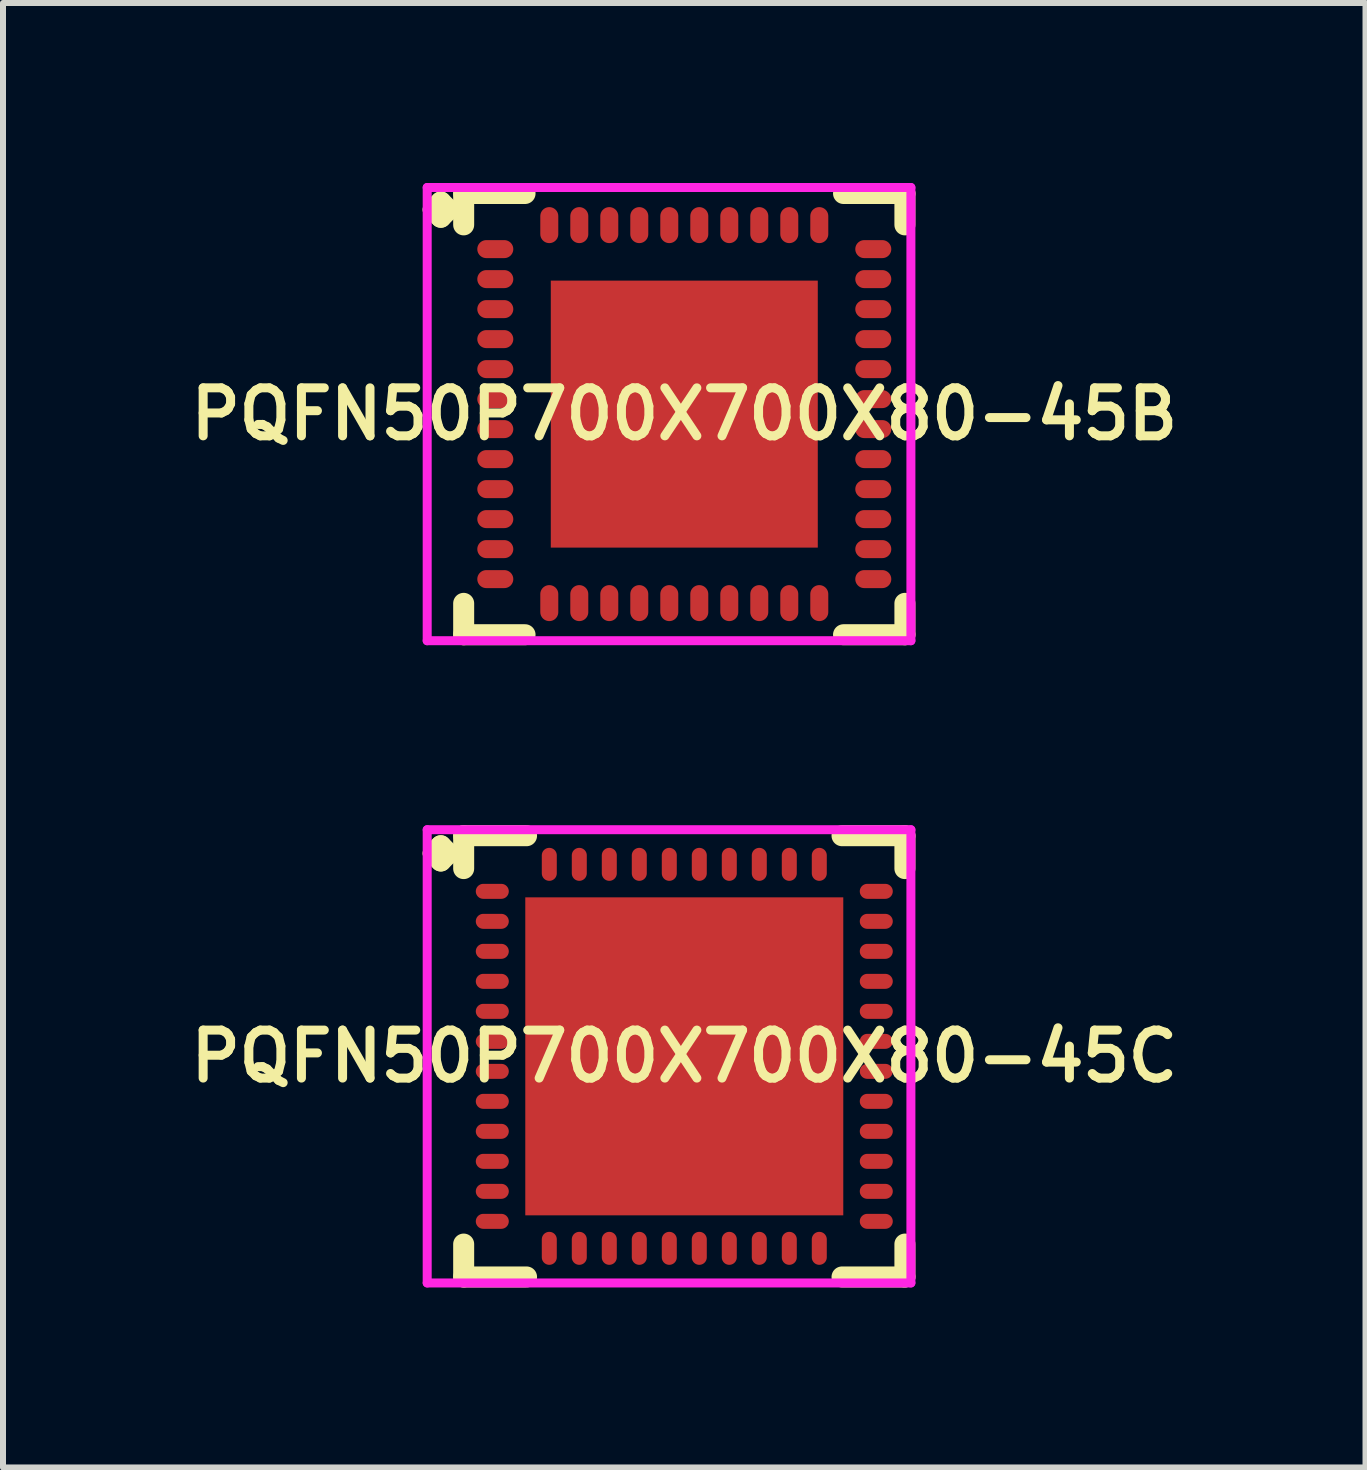
<source format=kicad_pcb>
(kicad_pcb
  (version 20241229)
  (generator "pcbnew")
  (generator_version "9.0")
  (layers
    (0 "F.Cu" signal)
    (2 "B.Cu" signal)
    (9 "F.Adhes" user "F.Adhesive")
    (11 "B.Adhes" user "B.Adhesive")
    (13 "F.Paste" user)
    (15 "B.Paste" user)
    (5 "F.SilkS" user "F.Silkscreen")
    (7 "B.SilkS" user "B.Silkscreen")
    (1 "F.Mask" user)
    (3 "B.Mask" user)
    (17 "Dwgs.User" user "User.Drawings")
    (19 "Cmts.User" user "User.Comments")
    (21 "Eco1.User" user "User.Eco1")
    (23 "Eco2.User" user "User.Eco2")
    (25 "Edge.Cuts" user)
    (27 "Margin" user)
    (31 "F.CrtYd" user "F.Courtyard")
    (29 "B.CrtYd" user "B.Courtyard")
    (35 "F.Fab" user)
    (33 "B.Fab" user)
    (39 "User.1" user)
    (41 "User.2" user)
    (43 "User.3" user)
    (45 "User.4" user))
  (footprint "PQFN50P700X700X80-45B"
    (layer "F.Cu")
    (at 8.355 3.852)
    (property "Reference" "PQFN50P700X700X80-45B" (at 0 0 0) (layer "F.SilkS") (effects (font (size 0.8 0.8) (thickness 0.15))))
    (attr smd)
    (fp_line (start -4.185 -3.408) (end -4.058 -3.535) (stroke (width 0.35) (type solid)) (layer "F.SilkS"))
    (fp_line (start -4.058 -3.535) (end -3.931 -3.408) (stroke (width 0.35) (type solid)) (layer "F.SilkS"))
    (fp_line (start -4.058 -3.281) (end -4.185 -3.408) (stroke (width 0.35) (type solid)) (layer "F.SilkS"))
    (fp_line (start -3.931 -3.408) (end -4.058 -3.281) (stroke (width 0.35) (type solid)) (layer "F.SilkS"))
    (fp_line (start -3.677 -3.677) (end -2.654 -3.677) (stroke (width 0.35) (type solid)) (layer "F.SilkS"))
    (fp_line (start -3.677 -3.154) (end -3.677 -3.677) (stroke (width 0.35) (type solid)) (layer "F.SilkS"))
    (fp_line (start -3.677 3.154) (end -3.677 3.677) (stroke (width 0.35) (type solid)) (layer "F.SilkS"))
    (fp_line (start -3.677 3.677) (end -2.654 3.677) (stroke (width 0.35) (type solid)) (layer "F.SilkS"))
    (fp_line (start 2.654 -3.677) (end 3.677 -3.677) (stroke (width 0.35) (type solid)) (layer "F.SilkS"))
    (fp_line (start 2.654 3.677) (end 3.677 3.677) (stroke (width 0.35) (type solid)) (layer "F.SilkS"))
    (fp_line (start 3.677 -3.677) (end 3.677 -3.154) (stroke (width 0.35) (type solid)) (layer "F.SilkS"))
    (fp_line (start 3.677 3.677) (end 3.677 3.154) (stroke (width 0.35) (type solid)) (layer "F.SilkS"))
    (fp_line (start -4.285 -3.777) (end 3.777 -3.777) (stroke (width 0.15) (type solid)) (layer "F.CrtYd"))
    (fp_line (start -4.285 3.777) (end -4.285 -3.777) (stroke (width 0.15) (type solid)) (layer "F.CrtYd"))
    (fp_line (start 3.777 -3.777) (end 3.777 3.777) (stroke (width 0.15) (type solid)) (layer "F.CrtYd"))
    (fp_line (start 3.777 3.777) (end -4.285 3.777) (stroke (width 0.15) (type solid)) (layer "F.CrtYd"))
    (pad "1" smd oval (at -3.15 -2.75) (size 0.6 0.3) (layers "F.Cu" "F.Mask" "F.Paste"))
    (pad "2" smd oval (at -3.15 -2.25) (size 0.6 0.3) (layers "F.Cu" "F.Mask" "F.Paste"))
    (pad "3" smd oval (at -3.15 -1.75) (size 0.6 0.3) (layers "F.Cu" "F.Mask" "F.Paste"))
    (pad "4" smd oval (at -3.15 -1.25) (size 0.6 0.3) (layers "F.Cu" "F.Mask" "F.Paste"))
    (pad "5" smd oval (at -3.15 -0.75) (size 0.6 0.3) (layers "F.Cu" "F.Mask" "F.Paste"))
    (pad "6" smd oval (at -3.15 -0.25) (size 0.6 0.3) (layers "F.Cu" "F.Mask" "F.Paste"))
    (pad "7" smd oval (at -3.15 0.25) (size 0.6 0.3) (layers "F.Cu" "F.Mask" "F.Paste"))
    (pad "8" smd oval (at -3.15 0.75) (size 0.6 0.3) (layers "F.Cu" "F.Mask" "F.Paste"))
    (pad "9" smd oval (at -3.15 1.25) (size 0.6 0.3) (layers "F.Cu" "F.Mask" "F.Paste"))
    (pad "10" smd oval (at -3.15 1.75) (size 0.6 0.3) (layers "F.Cu" "F.Mask" "F.Paste"))
    (pad "11" smd oval (at -3.15 2.25) (size 0.6 0.3) (layers "F.Cu" "F.Mask" "F.Paste"))
    (pad "12" smd oval (at -3.15 2.75) (size 0.6 0.3) (layers "F.Cu" "F.Mask" "F.Paste"))
    (pad "13" smd oval (at -2.25 3.15) (size 0.3 0.6) (layers "F.Cu" "F.Mask" "F.Paste"))
    (pad "14" smd oval (at -1.75 3.15) (size 0.3 0.6) (layers "F.Cu" "F.Mask" "F.Paste"))
    (pad "15" smd oval (at -1.25 3.15) (size 0.3 0.6) (layers "F.Cu" "F.Mask" "F.Paste"))
    (pad "16" smd oval (at -0.75 3.15) (size 0.3 0.6) (layers "F.Cu" "F.Mask" "F.Paste"))
    (pad "17" smd oval (at -0.25 3.15) (size 0.3 0.6) (layers "F.Cu" "F.Mask" "F.Paste"))
    (pad "18" smd oval (at 0.25 3.15) (size 0.3 0.6) (layers "F.Cu" "F.Mask" "F.Paste"))
    (pad "19" smd oval (at 0.75 3.15) (size 0.3 0.6) (layers "F.Cu" "F.Mask" "F.Paste"))
    (pad "20" smd oval (at 1.25 3.15) (size 0.3 0.6) (layers "F.Cu" "F.Mask" "F.Paste"))
    (pad "21" smd oval (at 1.75 3.15) (size 0.3 0.6) (layers "F.Cu" "F.Mask" "F.Paste"))
    (pad "22" smd oval (at 2.25 3.15) (size 0.3 0.6) (layers "F.Cu" "F.Mask" "F.Paste"))
    (pad "23" smd oval (at 3.15 2.75) (size 0.6 0.3) (layers "F.Cu" "F.Mask" "F.Paste"))
    (pad "24" smd oval (at 3.15 2.25) (size 0.6 0.3) (layers "F.Cu" "F.Mask" "F.Paste"))
    (pad "25" smd oval (at 3.15 1.75) (size 0.6 0.3) (layers "F.Cu" "F.Mask" "F.Paste"))
    (pad "26" smd oval (at 3.15 1.25) (size 0.6 0.3) (layers "F.Cu" "F.Mask" "F.Paste"))
    (pad "27" smd oval (at 3.15 0.75) (size 0.6 0.3) (layers "F.Cu" "F.Mask" "F.Paste"))
    (pad "28" smd oval (at 3.15 0.25) (size 0.6 0.3) (layers "F.Cu" "F.Mask" "F.Paste"))
    (pad "29" smd oval (at 3.15 -0.25) (size 0.6 0.3) (layers "F.Cu" "F.Mask" "F.Paste"))
    (pad "30" smd oval (at 3.15 -0.75) (size 0.6 0.3) (layers "F.Cu" "F.Mask" "F.Paste"))
    (pad "31" smd oval (at 3.15 -1.25) (size 0.6 0.3) (layers "F.Cu" "F.Mask" "F.Paste"))
    (pad "32" smd oval (at 3.15 -1.75) (size 0.6 0.3) (layers "F.Cu" "F.Mask" "F.Paste"))
    (pad "33" smd oval (at 3.15 -2.25) (size 0.6 0.3) (layers "F.Cu" "F.Mask" "F.Paste"))
    (pad "34" smd oval (at 3.15 -2.75) (size 0.6 0.3) (layers "F.Cu" "F.Mask" "F.Paste"))
    (pad "35" smd oval (at 2.25 -3.15) (size 0.3 0.6) (layers "F.Cu" "F.Mask" "F.Paste"))
    (pad "36" smd oval (at 1.75 -3.15) (size 0.3 0.6) (layers "F.Cu" "F.Mask" "F.Paste"))
    (pad "37" smd oval (at 1.25 -3.15) (size 0.3 0.6) (layers "F.Cu" "F.Mask" "F.Paste"))
    (pad "38" smd oval (at 0.75 -3.15) (size 0.3 0.6) (layers "F.Cu" "F.Mask" "F.Paste"))
    (pad "39" smd oval (at 0.25 -3.15) (size 0.3 0.6) (layers "F.Cu" "F.Mask" "F.Paste"))
    (pad "40" smd oval (at -0.25 -3.15) (size 0.3 0.6) (layers "F.Cu" "F.Mask" "F.Paste"))
    (pad "41" smd oval (at -0.75 -3.15) (size 0.3 0.6) (layers "F.Cu" "F.Mask" "F.Paste"))
    (pad "42" smd oval (at -1.25 -3.15) (size 0.3 0.6) (layers "F.Cu" "F.Mask" "F.Paste"))
    (pad "43" smd oval (at -1.75 -3.15) (size 0.3 0.6) (layers "F.Cu" "F.Mask" "F.Paste"))
    (pad "44" smd oval (at -2.25 -3.15) (size 0.3 0.6) (layers "F.Cu" "F.Mask" "F.Paste"))
    (pad "45" smd rect (at 0 0) (size 4.45 4.45) (layers "F.Cu" "F.Mask" "F.Paste")))
  (footprint "PQFN50P700X700X80-45C"
    (layer "F.Cu")
    (at 8.355 14.556)
    (property "Reference" "PQFN50P700X700X80-45C" (at 0 0 0) (layer "F.SilkS") (effects (font (size 0.8 0.8) (thickness 0.15))))
    (attr smd)
    (fp_line (start -4.185 -3.383) (end -4.058 -3.51) (stroke (width 0.35) (type solid)) (layer "F.SilkS"))
    (fp_line (start -4.058 -3.51) (end -3.931 -3.383) (stroke (width 0.35) (type solid)) (layer "F.SilkS"))
    (fp_line (start -4.058 -3.256) (end -4.185 -3.383) (stroke (width 0.35) (type solid)) (layer "F.SilkS"))
    (fp_line (start -3.931 -3.383) (end -4.058 -3.256) (stroke (width 0.35) (type solid)) (layer "F.SilkS"))
    (fp_line (start -3.677 -3.677) (end -2.629 -3.677) (stroke (width 0.35) (type solid)) (layer "F.SilkS"))
    (fp_line (start -3.677 -3.129) (end -3.677 -3.677) (stroke (width 0.35) (type solid)) (layer "F.SilkS"))
    (fp_line (start -3.677 3.129) (end -3.677 3.677) (stroke (width 0.35) (type solid)) (layer "F.SilkS"))
    (fp_line (start -3.677 3.677) (end -2.629 3.677) (stroke (width 0.35) (type solid)) (layer "F.SilkS"))
    (fp_line (start 2.629 -3.677) (end 3.677 -3.677) (stroke (width 0.35) (type solid)) (layer "F.SilkS"))
    (fp_line (start 2.629 3.677) (end 3.677 3.677) (stroke (width 0.35) (type solid)) (layer "F.SilkS"))
    (fp_line (start 3.677 -3.677) (end 3.677 -3.129) (stroke (width 0.35) (type solid)) (layer "F.SilkS"))
    (fp_line (start 3.677 3.677) (end 3.677 3.129) (stroke (width 0.35) (type solid)) (layer "F.SilkS"))
    (fp_line (start -4.285 -3.777) (end 3.777 -3.777) (stroke (width 0.15) (type solid)) (layer "F.CrtYd"))
    (fp_line (start -4.285 3.777) (end -4.285 -3.777) (stroke (width 0.15) (type solid)) (layer "F.CrtYd"))
    (fp_line (start 3.777 -3.777) (end 3.777 3.777) (stroke (width 0.15) (type solid)) (layer "F.CrtYd"))
    (fp_line (start 3.777 3.777) (end -4.285 3.777) (stroke (width 0.15) (type solid)) (layer "F.CrtYd"))
    (pad "1" smd oval (at -3.2 -2.75) (size 0.55 0.25) (layers "F.Cu" "F.Mask" "F.Paste"))
    (pad "2" smd oval (at -3.2 -2.25) (size 0.55 0.25) (layers "F.Cu" "F.Mask" "F.Paste"))
    (pad "3" smd oval (at -3.2 -1.75) (size 0.55 0.25) (layers "F.Cu" "F.Mask" "F.Paste"))
    (pad "4" smd oval (at -3.2 -1.25) (size 0.55 0.25) (layers "F.Cu" "F.Mask" "F.Paste"))
    (pad "5" smd oval (at -3.2 -0.75) (size 0.55 0.25) (layers "F.Cu" "F.Mask" "F.Paste"))
    (pad "6" smd oval (at -3.2 -0.25) (size 0.55 0.25) (layers "F.Cu" "F.Mask" "F.Paste"))
    (pad "7" smd oval (at -3.2 0.25) (size 0.55 0.25) (layers "F.Cu" "F.Mask" "F.Paste"))
    (pad "8" smd oval (at -3.2 0.75) (size 0.55 0.25) (layers "F.Cu" "F.Mask" "F.Paste"))
    (pad "9" smd oval (at -3.2 1.25) (size 0.55 0.25) (layers "F.Cu" "F.Mask" "F.Paste"))
    (pad "10" smd oval (at -3.2 1.75) (size 0.55 0.25) (layers "F.Cu" "F.Mask" "F.Paste"))
    (pad "11" smd oval (at -3.2 2.25) (size 0.55 0.25) (layers "F.Cu" "F.Mask" "F.Paste"))
    (pad "12" smd oval (at -3.2 2.75) (size 0.55 0.25) (layers "F.Cu" "F.Mask" "F.Paste"))
    (pad "13" smd oval (at -2.25 3.2) (size 0.25 0.55) (layers "F.Cu" "F.Mask" "F.Paste"))
    (pad "14" smd oval (at -1.75 3.2) (size 0.25 0.55) (layers "F.Cu" "F.Mask" "F.Paste"))
    (pad "15" smd oval (at -1.25 3.2) (size 0.25 0.55) (layers "F.Cu" "F.Mask" "F.Paste"))
    (pad "16" smd oval (at -0.75 3.2) (size 0.25 0.55) (layers "F.Cu" "F.Mask" "F.Paste"))
    (pad "17" smd oval (at -0.25 3.2) (size 0.25 0.55) (layers "F.Cu" "F.Mask" "F.Paste"))
    (pad "18" smd oval (at 0.25 3.2) (size 0.25 0.55) (layers "F.Cu" "F.Mask" "F.Paste"))
    (pad "19" smd oval (at 0.75 3.2) (size 0.25 0.55) (layers "F.Cu" "F.Mask" "F.Paste"))
    (pad "20" smd oval (at 1.25 3.2) (size 0.25 0.55) (layers "F.Cu" "F.Mask" "F.Paste"))
    (pad "21" smd oval (at 1.75 3.2) (size 0.25 0.55) (layers "F.Cu" "F.Mask" "F.Paste"))
    (pad "22" smd oval (at 2.25 3.2) (size 0.25 0.55) (layers "F.Cu" "F.Mask" "F.Paste"))
    (pad "23" smd oval (at 3.2 2.75) (size 0.55 0.25) (layers "F.Cu" "F.Mask" "F.Paste"))
    (pad "24" smd oval (at 3.2 2.25) (size 0.55 0.25) (layers "F.Cu" "F.Mask" "F.Paste"))
    (pad "25" smd oval (at 3.2 1.75) (size 0.55 0.25) (layers "F.Cu" "F.Mask" "F.Paste"))
    (pad "26" smd oval (at 3.2 1.25) (size 0.55 0.25) (layers "F.Cu" "F.Mask" "F.Paste"))
    (pad "27" smd oval (at 3.2 0.75) (size 0.55 0.25) (layers "F.Cu" "F.Mask" "F.Paste"))
    (pad "28" smd oval (at 3.2 0.25) (size 0.55 0.25) (layers "F.Cu" "F.Mask" "F.Paste"))
    (pad "29" smd oval (at 3.2 -0.25) (size 0.55 0.25) (layers "F.Cu" "F.Mask" "F.Paste"))
    (pad "30" smd oval (at 3.2 -0.75) (size 0.55 0.25) (layers "F.Cu" "F.Mask" "F.Paste"))
    (pad "31" smd oval (at 3.2 -1.25) (size 0.55 0.25) (layers "F.Cu" "F.Mask" "F.Paste"))
    (pad "32" smd oval (at 3.2 -1.75) (size 0.55 0.25) (layers "F.Cu" "F.Mask" "F.Paste"))
    (pad "33" smd oval (at 3.2 -2.25) (size 0.55 0.25) (layers "F.Cu" "F.Mask" "F.Paste"))
    (pad "34" smd oval (at 3.2 -2.75) (size 0.55 0.25) (layers "F.Cu" "F.Mask" "F.Paste"))
    (pad "35" smd oval (at 2.25 -3.2) (size 0.25 0.55) (layers "F.Cu" "F.Mask" "F.Paste"))
    (pad "36" smd oval (at 1.75 -3.2) (size 0.25 0.55) (layers "F.Cu" "F.Mask" "F.Paste"))
    (pad "37" smd oval (at 1.25 -3.2) (size 0.25 0.55) (layers "F.Cu" "F.Mask" "F.Paste"))
    (pad "38" smd oval (at 0.75 -3.2) (size 0.25 0.55) (layers "F.Cu" "F.Mask" "F.Paste"))
    (pad "39" smd oval (at 0.25 -3.2) (size 0.25 0.55) (layers "F.Cu" "F.Mask" "F.Paste"))
    (pad "40" smd oval (at -0.25 -3.2) (size 0.25 0.55) (layers "F.Cu" "F.Mask" "F.Paste"))
    (pad "41" smd oval (at -0.75 -3.2) (size 0.25 0.55) (layers "F.Cu" "F.Mask" "F.Paste"))
    (pad "42" smd oval (at -1.25 -3.2) (size 0.25 0.55) (layers "F.Cu" "F.Mask" "F.Paste"))
    (pad "43" smd oval (at -1.75 -3.2) (size 0.25 0.55) (layers "F.Cu" "F.Mask" "F.Paste"))
    (pad "44" smd oval (at -2.25 -3.2) (size 0.25 0.55) (layers "F.Cu" "F.Mask" "F.Paste"))
    (pad "45" smd rect (at 0 0) (size 5.3 5.3) (layers "F.Cu" "F.Mask" "F.Paste")))
  (gr_rect
    (start -3 -3)
    (end 19.709 21.408)
    (stroke (width 0.1) (type default))
    (fill no)
    (layer "Edge.Cuts")))
</source>
